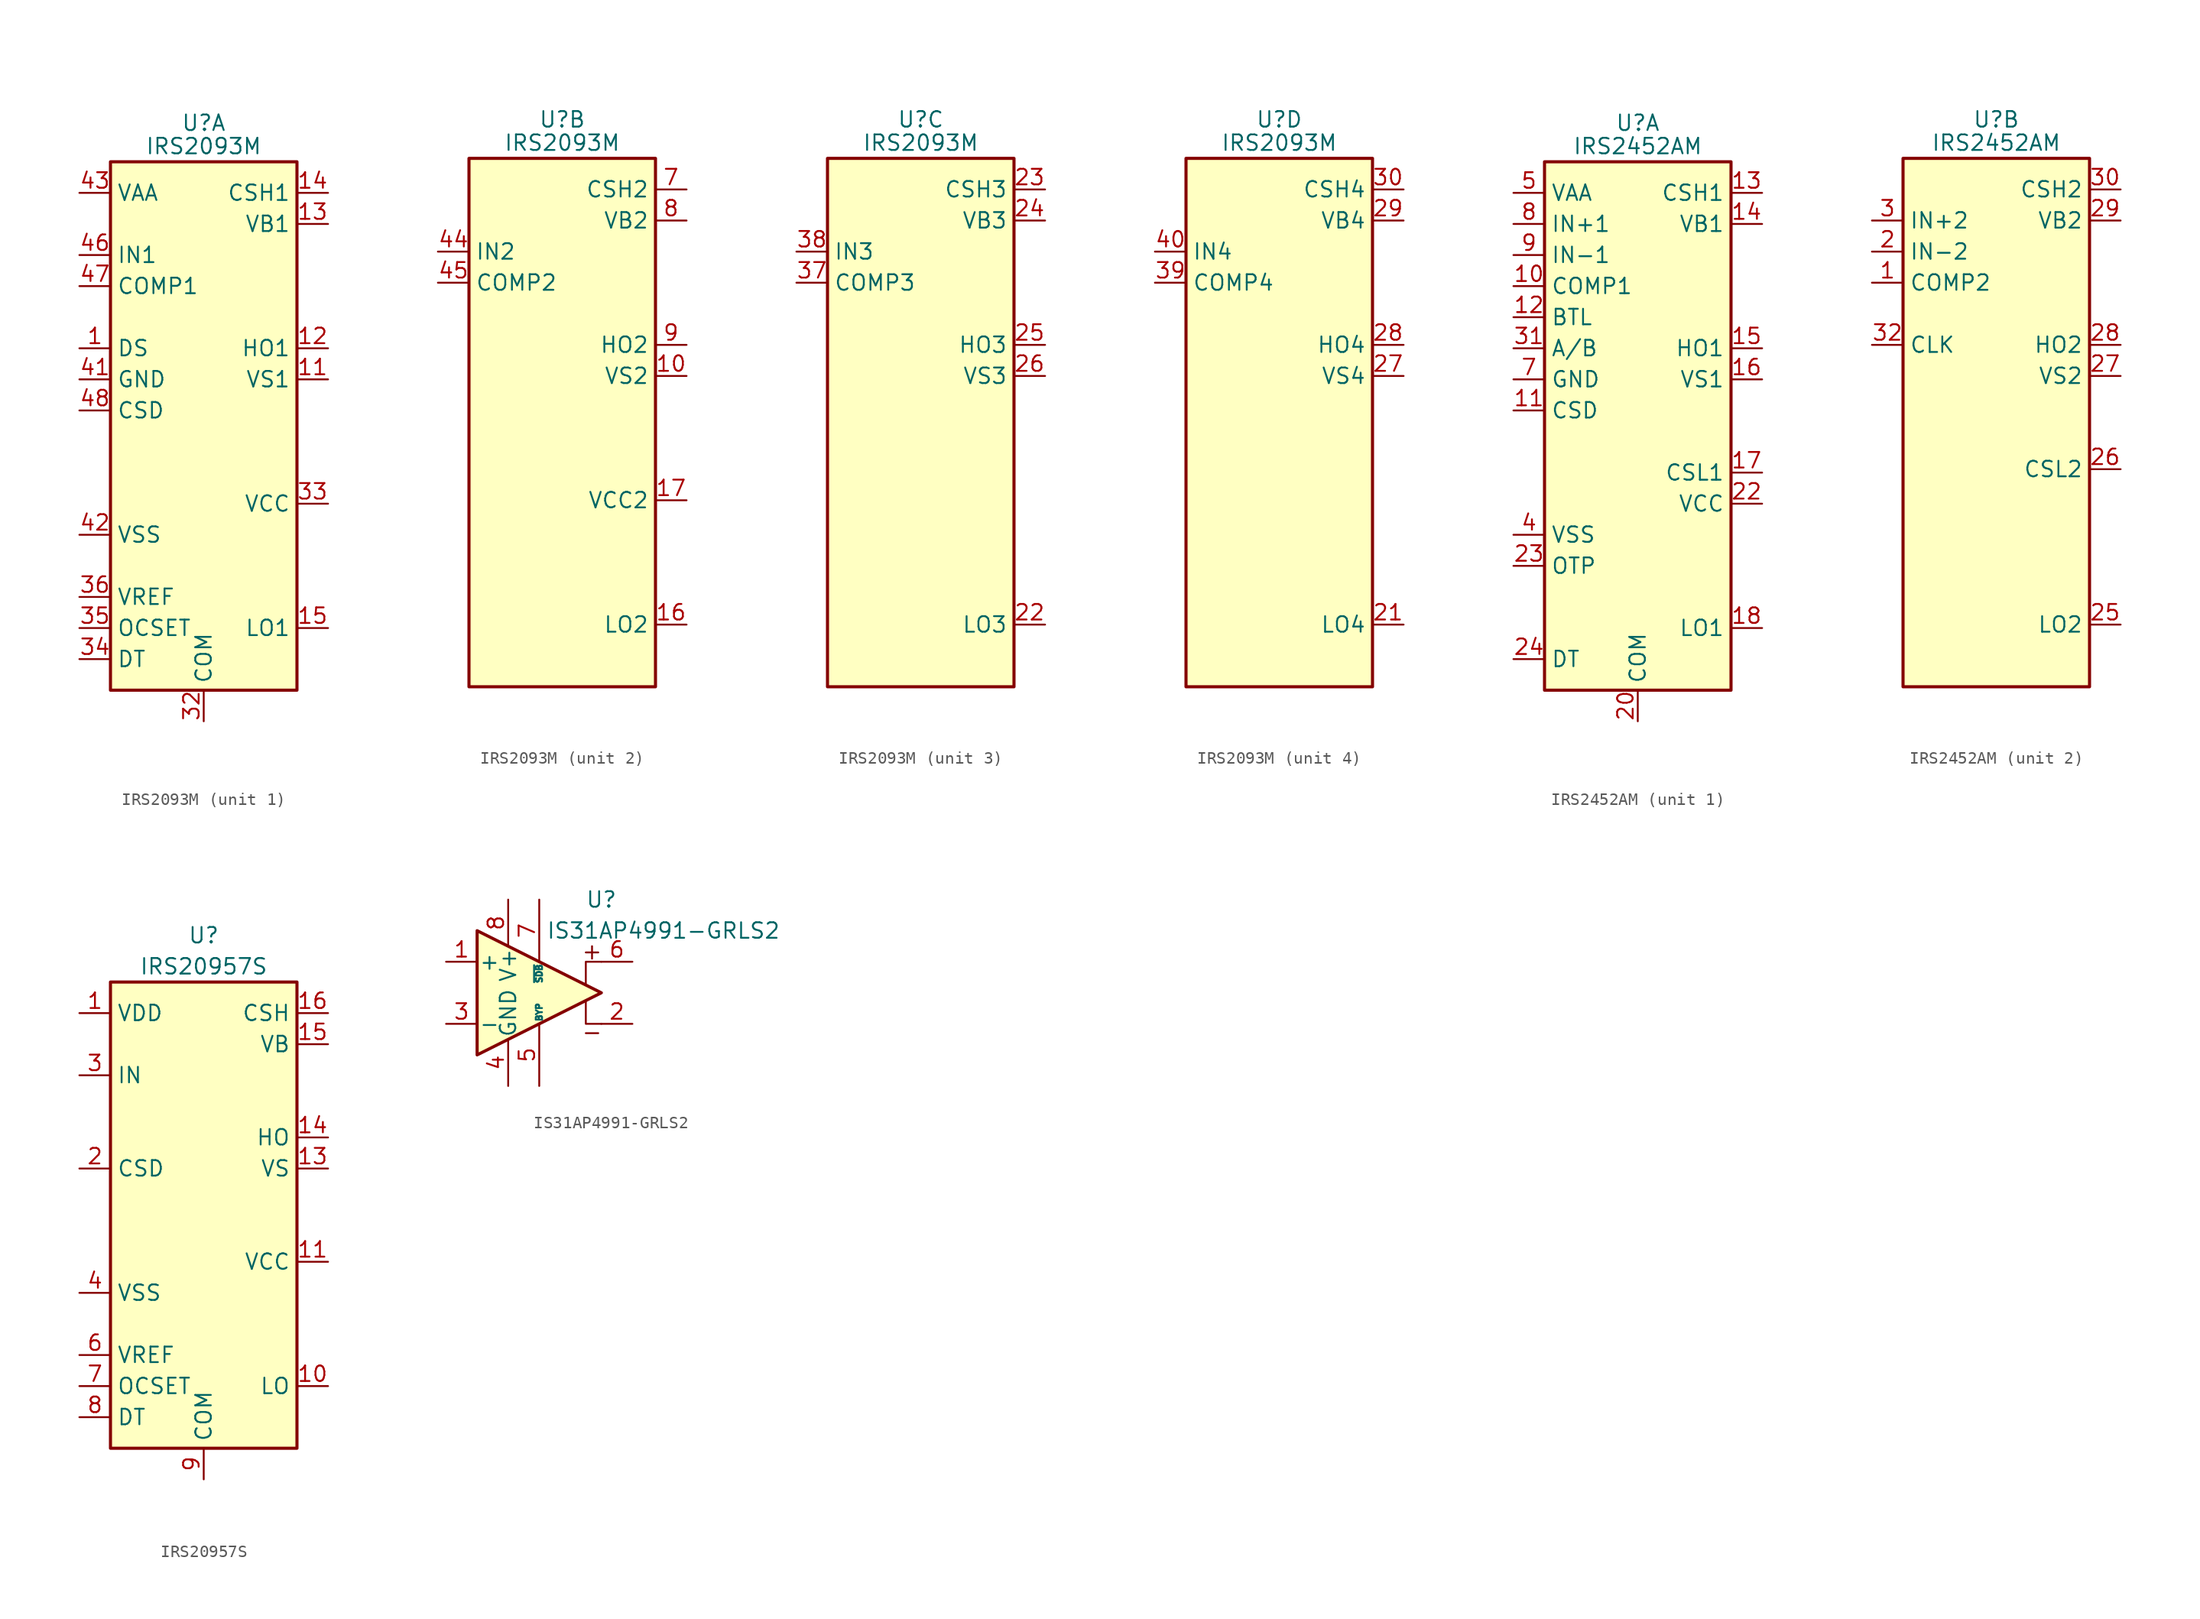
<source format=kicad_sym>
(kicad_symbol_lib
  (version 20241209)
  (generator "kicad_symbol_editor")
  (generator_version "9.0")
  (symbol "IRS2093M"
    (property "Reference" "U"
      (at 0 26.035 0)
      (effects (font (size 1.27 1.27))))
    (property "Value" "IRS2093M"
      (at 0 24.13 0)
      (effects (font (size 1.27 1.27))))
    (property "ki_locked" ""
      (at 0 0 0)
      (effects (font (size 1.27 1.27))))
    (symbol "IRS2093M_0_1"
      (rectangle (start -7.62 -20.32) (end 7.62 22.86) (stroke (width 0.254) (type solid)) (fill (type background))))
    (symbol "IRS2093M_1_1"
      (pin power_in line (at -10.16 20.32 0) (length 2.54) (name "VAA" (effects (font (size 1.27 1.27)))) (number "43" (effects (font (size 1.27 1.27)))))
      (pin input line (at -10.16 15.24 0) (length 2.54) (name "IN1" (effects (font (size 1.27 1.27)))) (number "46" (effects (font (size 1.27 1.27)))))
      (pin output line (at -10.16 12.7 0) (length 2.54) (name "COMP1" (effects (font (size 1.27 1.27)))) (number "47" (effects (font (size 1.27 1.27)))))
      (pin input line (at -10.16 7.62 0) (length 2.54) (name "DS" (effects (font (size 1.27 1.27)))) (number "1" (effects (font (size 1.27 1.27)))))
      (pin power_in line (at -10.16 5.08 0) (length 2.54) (name "GND" (effects (font (size 1.27 1.27)))) (number "41" (effects (font (size 1.27 1.27)))))
      (pin passive line (at -10.16 2.54 0) (length 2.54) (name "CSD" (effects (font (size 1.27 1.27)))) (number "48" (effects (font (size 1.27 1.27)))))
      (pin power_in line (at -10.16 -7.62 0) (length 2.54) (name "VSS" (effects (font (size 1.27 1.27)))) (number "42" (effects (font (size 1.27 1.27)))))
      (pin power_out line (at -10.16 -12.7 0) (length 2.54) (name "VREF" (effects (font (size 1.27 1.27)))) (number "36" (effects (font (size 1.27 1.27)))))
      (pin passive line (at -10.16 -15.24 0) (length 2.54) (name "OCSET" (effects (font (size 1.27 1.27)))) (number "35" (effects (font (size 1.27 1.27)))))
      (pin passive line (at -10.16 -17.78 0) (length 2.54) (name "DT" (effects (font (size 1.27 1.27)))) (number "34" (effects (font (size 1.27 1.27)))))
      (pin no_connect line (at -7.62 17.78 0) (length 2.54) (hide yes) (name "NC" (effects (font (size 1.27 1.27)))) (number "2" (effects (font (size 1.27 1.27)))))
      (pin no_connect line (at -7.62 10.16 0) (length 2.54) (hide yes) (name "NC" (effects (font (size 1.27 1.27)))) (number "3" (effects (font (size 1.27 1.27)))))
      (pin no_connect line (at -7.62 0 0) (length 2.54) (hide yes) (name "NC" (effects (font (size 1.27 1.27)))) (number "4" (effects (font (size 1.27 1.27)))))
      (pin no_connect line (at -7.62 -2.54 0) (length 2.54) (hide yes) (name "NC" (effects (font (size 1.27 1.27)))) (number "5" (effects (font (size 1.27 1.27)))))
      (pin no_connect line (at -7.62 -5.08 0) (length 2.54) (hide yes) (name "NC" (effects (font (size 1.27 1.27)))) (number "6" (effects (font (size 1.27 1.27)))))
      (pin passive line (at 0 -22.86 90) (length 2.54) (hide yes) (name "COM" (effects (font (size 1.27 1.27)))) (number "20" (effects (font (size 1.27 1.27)))))
      (pin power_in line (at 0 -22.86 90) (length 2.54) (name "COM" (effects (font (size 1.27 1.27)))) (number "32" (effects (font (size 1.27 1.27)))))
      (pin passive line (at 0 -22.86 90) (length 2.54) (hide yes) (name "COM" (effects (font (size 1.27 1.27)))) (number "49" (effects (font (size 1.27 1.27)))))
      (pin no_connect line (at 7.62 15.24 180) (length 2.54) (hide yes) (name "NC" (effects (font (size 1.27 1.27)))) (number "18" (effects (font (size 1.27 1.27)))))
      (pin no_connect line (at 7.62 12.7 180) (length 2.54) (hide yes) (name "NC" (effects (font (size 1.27 1.27)))) (number "19" (effects (font (size 1.27 1.27)))))
      (pin no_connect line (at 7.62 10.16 180) (length 2.54) (hide yes) (name "NC" (effects (font (size 1.27 1.27)))) (number "31" (effects (font (size 1.27 1.27)))))
      (pin passive line (at 10.16 20.32 180) (length 2.54) (name "CSH1" (effects (font (size 1.27 1.27)))) (number "14" (effects (font (size 1.27 1.27)))))
      (pin power_in line (at 10.16 17.78 180) (length 2.54) (name "VB1" (effects (font (size 1.27 1.27)))) (number "13" (effects (font (size 1.27 1.27)))))
      (pin output line (at 10.16 7.62 180) (length 2.54) (name "HO1" (effects (font (size 1.27 1.27)))) (number "12" (effects (font (size 1.27 1.27)))))
      (pin passive line (at 10.16 5.08 180) (length 2.54) (name "VS1" (effects (font (size 1.27 1.27)))) (number "11" (effects (font (size 1.27 1.27)))))
      (pin power_in line (at 10.16 -5.08 180) (length 2.54) (name "VCC" (effects (font (size 1.27 1.27)))) (number "33" (effects (font (size 1.27 1.27)))))
      (pin output line (at 10.16 -15.24 180) (length 2.54) (name "LO1" (effects (font (size 1.27 1.27)))) (number "15" (effects (font (size 1.27 1.27))))))
    (symbol "IRS2093M_2_1"
      (pin input line (at -10.16 15.24 0) (length 2.54) (name "IN2" (effects (font (size 1.27 1.27)))) (number "44" (effects (font (size 1.27 1.27)))))
      (pin output line (at -10.16 12.7 0) (length 2.54) (name "COMP2" (effects (font (size 1.27 1.27)))) (number "45" (effects (font (size 1.27 1.27)))))
      (pin passive line (at 10.16 20.32 180) (length 2.54) (name "CSH2" (effects (font (size 1.27 1.27)))) (number "7" (effects (font (size 1.27 1.27)))))
      (pin power_in line (at 10.16 17.78 180) (length 2.54) (name "VB2" (effects (font (size 1.27 1.27)))) (number "8" (effects (font (size 1.27 1.27)))))
      (pin output line (at 10.16 7.62 180) (length 2.54) (name "HO2" (effects (font (size 1.27 1.27)))) (number "9" (effects (font (size 1.27 1.27)))))
      (pin passive line (at 10.16 5.08 180) (length 2.54) (name "VS2" (effects (font (size 1.27 1.27)))) (number "10" (effects (font (size 1.27 1.27)))))
      (pin power_in line (at 10.16 -5.08 180) (length 2.54) (name "VCC2" (effects (font (size 1.27 1.27)))) (number "17" (effects (font (size 1.27 1.27)))))
      (pin output line (at 10.16 -15.24 180) (length 2.54) (name "LO2" (effects (font (size 1.27 1.27)))) (number "16" (effects (font (size 1.27 1.27))))))
    (symbol "IRS2093M_3_1"
      (pin input line (at -10.16 15.24 0) (length 2.54) (name "IN3" (effects (font (size 1.27 1.27)))) (number "38" (effects (font (size 1.27 1.27)))))
      (pin output line (at -10.16 12.7 0) (length 2.54) (name "COMP3" (effects (font (size 1.27 1.27)))) (number "37" (effects (font (size 1.27 1.27)))))
      (pin passive line (at 10.16 20.32 180) (length 2.54) (name "CSH3" (effects (font (size 1.27 1.27)))) (number "23" (effects (font (size 1.27 1.27)))))
      (pin power_in line (at 10.16 17.78 180) (length 2.54) (name "VB3" (effects (font (size 1.27 1.27)))) (number "24" (effects (font (size 1.27 1.27)))))
      (pin output line (at 10.16 7.62 180) (length 2.54) (name "HO3" (effects (font (size 1.27 1.27)))) (number "25" (effects (font (size 1.27 1.27)))))
      (pin passive line (at 10.16 5.08 180) (length 2.54) (name "VS3" (effects (font (size 1.27 1.27)))) (number "26" (effects (font (size 1.27 1.27)))))
      (pin output line (at 10.16 -15.24 180) (length 2.54) (name "LO3" (effects (font (size 1.27 1.27)))) (number "22" (effects (font (size 1.27 1.27))))))
    (symbol "IRS2093M_4_1"
      (pin input line (at -10.16 15.24 0) (length 2.54) (name "IN4" (effects (font (size 1.27 1.27)))) (number "40" (effects (font (size 1.27 1.27)))))
      (pin output line (at -10.16 12.7 0) (length 2.54) (name "COMP4" (effects (font (size 1.27 1.27)))) (number "39" (effects (font (size 1.27 1.27)))))
      (pin passive line (at 10.16 20.32 180) (length 2.54) (name "CSH4" (effects (font (size 1.27 1.27)))) (number "30" (effects (font (size 1.27 1.27)))))
      (pin power_in line (at 10.16 17.78 180) (length 2.54) (name "VB4" (effects (font (size 1.27 1.27)))) (number "29" (effects (font (size 1.27 1.27)))))
      (pin output line (at 10.16 7.62 180) (length 2.54) (name "HO4" (effects (font (size 1.27 1.27)))) (number "28" (effects (font (size 1.27 1.27)))))
      (pin passive line (at 10.16 5.08 180) (length 2.54) (name "VS4" (effects (font (size 1.27 1.27)))) (number "27" (effects (font (size 1.27 1.27)))))
      (pin output line (at 10.16 -15.24 180) (length 2.54) (name "LO4" (effects (font (size 1.27 1.27)))) (number "21" (effects (font (size 1.27 1.27)))))))
  (symbol "IRS2452AM"
    (property "Reference" "U"
      (at 0 26.035 0)
      (effects (font (size 1.27 1.27))))
    (property "Value" "IRS2452AM"
      (at 0 24.13 0)
      (effects (font (size 1.27 1.27))))
    (property "ki_locked" ""
      (at 0 0 0)
      (effects (font (size 1.27 1.27))))
    (symbol "IRS2452AM_0_1"
      (rectangle (start -7.62 -20.32) (end 7.62 22.86) (stroke (width 0.254) (type solid)) (fill (type background))))
    (symbol "IRS2452AM_1_1"
      (pin power_in line (at -10.16 20.32 0) (length 2.54) (name "VAA" (effects (font (size 1.27 1.27)))) (number "5" (effects (font (size 1.27 1.27)))))
      (pin input line (at -10.16 17.78 0) (length 2.54) (name "IN+1" (effects (font (size 1.27 1.27)))) (number "8" (effects (font (size 1.27 1.27)))))
      (pin input line (at -10.16 15.24 0) (length 2.54) (name "IN-1" (effects (font (size 1.27 1.27)))) (number "9" (effects (font (size 1.27 1.27)))))
      (pin output line (at -10.16 12.7 0) (length 2.54) (name "COMP1" (effects (font (size 1.27 1.27)))) (number "10" (effects (font (size 1.27 1.27)))))
      (pin input line (at -10.16 10.16 0) (length 2.54) (name "BTL" (effects (font (size 1.27 1.27)))) (number "12" (effects (font (size 1.27 1.27)))))
      (pin input line (at -10.16 7.62 0) (length 2.54) (name "A/B" (effects (font (size 1.27 1.27)))) (number "31" (effects (font (size 1.27 1.27)))))
      (pin power_in line (at -10.16 5.08 0) (length 2.54) (name "GND" (effects (font (size 1.27 1.27)))) (number "7" (effects (font (size 1.27 1.27)))))
      (pin passive line (at -10.16 2.54 0) (length 2.54) (name "CSD" (effects (font (size 1.27 1.27)))) (number "11" (effects (font (size 1.27 1.27)))))
      (pin power_in line (at -10.16 -7.62 0) (length 2.54) (name "VSS" (effects (font (size 1.27 1.27)))) (number "4" (effects (font (size 1.27 1.27)))))
      (pin passive line (at -10.16 -10.16 0) (length 2.54) (name "OTP" (effects (font (size 1.27 1.27)))) (number "23" (effects (font (size 1.27 1.27)))))
      (pin passive line (at -10.16 -17.78 0) (length 2.54) (name "DT" (effects (font (size 1.27 1.27)))) (number "24" (effects (font (size 1.27 1.27)))))
      (pin no_connect line (at -7.62 0 0) (length 2.54) (hide yes) (name "NC" (effects (font (size 1.27 1.27)))) (number "6" (effects (font (size 1.27 1.27)))))
      (pin no_connect line (at -7.62 -2.54 0) (length 2.54) (hide yes) (name "NC" (effects (font (size 1.27 1.27)))) (number "19" (effects (font (size 1.27 1.27)))))
      (pin no_connect line (at -7.62 -5.08 0) (length 2.54) (hide yes) (name "NC" (effects (font (size 1.27 1.27)))) (number "21" (effects (font (size 1.27 1.27)))))
      (pin power_in line (at 0 -22.86 90) (length 2.54) (name "COM" (effects (font (size 1.27 1.27)))) (number "20" (effects (font (size 1.27 1.27)))))
      (pin passive line (at 0 -22.86 90) (length 2.54) (hide yes) (name "COM" (effects (font (size 1.27 1.27)))) (number "33" (effects (font (size 1.27 1.27)))))
      (pin passive line (at 10.16 20.32 180) (length 2.54) (name "CSH1" (effects (font (size 1.27 1.27)))) (number "13" (effects (font (size 1.27 1.27)))))
      (pin power_in line (at 10.16 17.78 180) (length 2.54) (name "VB1" (effects (font (size 1.27 1.27)))) (number "14" (effects (font (size 1.27 1.27)))))
      (pin output line (at 10.16 7.62 180) (length 2.54) (name "HO1" (effects (font (size 1.27 1.27)))) (number "15" (effects (font (size 1.27 1.27)))))
      (pin passive line (at 10.16 5.08 180) (length 2.54) (name "VS1" (effects (font (size 1.27 1.27)))) (number "16" (effects (font (size 1.27 1.27)))))
      (pin passive line (at 10.16 -2.54 180) (length 2.54) (name "CSL1" (effects (font (size 1.27 1.27)))) (number "17" (effects (font (size 1.27 1.27)))))
      (pin power_in line (at 10.16 -5.08 180) (length 2.54) (name "VCC" (effects (font (size 1.27 1.27)))) (number "22" (effects (font (size 1.27 1.27)))))
      (pin output line (at 10.16 -15.24 180) (length 2.54) (name "LO1" (effects (font (size 1.27 1.27)))) (number "18" (effects (font (size 1.27 1.27))))))
    (symbol "IRS2452AM_2_1"
      (pin input line (at -10.16 17.78 0) (length 2.54) (name "IN+2" (effects (font (size 1.27 1.27)))) (number "3" (effects (font (size 1.27 1.27)))))
      (pin input line (at -10.16 15.24 0) (length 2.54) (name "IN-2" (effects (font (size 1.27 1.27)))) (number "2" (effects (font (size 1.27 1.27)))))
      (pin output line (at -10.16 12.7 0) (length 2.54) (name "COMP2" (effects (font (size 1.27 1.27)))) (number "1" (effects (font (size 1.27 1.27)))))
      (pin input line (at -10.16 7.62 0) (length 2.54) (name "CLK" (effects (font (size 1.27 1.27)))) (number "32" (effects (font (size 1.27 1.27)))))
      (pin passive line (at 10.16 20.32 180) (length 2.54) (name "CSH2" (effects (font (size 1.27 1.27)))) (number "30" (effects (font (size 1.27 1.27)))))
      (pin power_in line (at 10.16 17.78 180) (length 2.54) (name "VB2" (effects (font (size 1.27 1.27)))) (number "29" (effects (font (size 1.27 1.27)))))
      (pin output line (at 10.16 7.62 180) (length 2.54) (name "HO2" (effects (font (size 1.27 1.27)))) (number "28" (effects (font (size 1.27 1.27)))))
      (pin passive line (at 10.16 5.08 180) (length 2.54) (name "VS2" (effects (font (size 1.27 1.27)))) (number "27" (effects (font (size 1.27 1.27)))))
      (pin passive line (at 10.16 -2.54 180) (length 2.54) (name "CSL2" (effects (font (size 1.27 1.27)))) (number "26" (effects (font (size 1.27 1.27)))))
      (pin output line (at 10.16 -15.24 180) (length 2.54) (name "LO2" (effects (font (size 1.27 1.27)))) (number "25" (effects (font (size 1.27 1.27)))))))
  (symbol "IRS20957S"
    (property "Reference" "U"
      (at 0 24.13 0)
      (effects (font (size 1.27 1.27))))
    (property "Value" "IRS20957S"
      (at 0 21.59 0)
      (effects (font (size 1.27 1.27))))
    (symbol "IRS20957S_0_1"
      (rectangle (start -7.62 -17.78) (end 7.62 20.32) (stroke (width 0.254) (type solid)) (fill (type background))))
    (symbol "IRS20957S_1_1"
      (pin power_in line (at -10.16 17.78 0) (length 2.54) (name "VDD" (effects (font (size 1.27 1.27)))) (number "1" (effects (font (size 1.27 1.27)))))
      (pin input line (at -10.16 12.7 0) (length 2.54) (name "IN" (effects (font (size 1.27 1.27)))) (number "3" (effects (font (size 1.27 1.27)))))
      (pin passive line (at -10.16 5.08 0) (length 2.54) (name "CSD" (effects (font (size 1.27 1.27)))) (number "2" (effects (font (size 1.27 1.27)))))
      (pin power_in line (at -10.16 -5.08 0) (length 2.54) (name "VSS" (effects (font (size 1.27 1.27)))) (number "4" (effects (font (size 1.27 1.27)))))
      (pin power_out line (at -10.16 -10.16 0) (length 2.54) (name "VREF" (effects (font (size 1.27 1.27)))) (number "6" (effects (font (size 1.27 1.27)))))
      (pin passive line (at -10.16 -12.7 0) (length 2.54) (name "OCSET" (effects (font (size 1.27 1.27)))) (number "7" (effects (font (size 1.27 1.27)))))
      (pin passive line (at -10.16 -15.24 0) (length 2.54) (name "DT" (effects (font (size 1.27 1.27)))) (number "8" (effects (font (size 1.27 1.27)))))
      (pin no_connect line (at -7.62 0 0) (length 2.54) (hide yes) (name "NC" (effects (font (size 1.27 1.27)))) (number "5" (effects (font (size 1.27 1.27)))))
      (pin power_in line (at 0 -20.32 90) (length 2.54) (name "COM" (effects (font (size 1.27 1.27)))) (number "9" (effects (font (size 1.27 1.27)))))
      (pin no_connect line (at 7.62 0 180) (length 2.54) (hide yes) (name "NC" (effects (font (size 1.27 1.27)))) (number "12" (effects (font (size 1.27 1.27)))))
      (pin passive line (at 10.16 17.78 180) (length 2.54) (name "CSH" (effects (font (size 1.27 1.27)))) (number "16" (effects (font (size 1.27 1.27)))))
      (pin power_in line (at 10.16 15.24 180) (length 2.54) (name "VB" (effects (font (size 1.27 1.27)))) (number "15" (effects (font (size 1.27 1.27)))))
      (pin output line (at 10.16 7.62 180) (length 2.54) (name "HO" (effects (font (size 1.27 1.27)))) (number "14" (effects (font (size 1.27 1.27)))))
      (pin passive line (at 10.16 5.08 180) (length 2.54) (name "VS" (effects (font (size 1.27 1.27)))) (number "13" (effects (font (size 1.27 1.27)))))
      (pin power_in line (at 10.16 -2.54 180) (length 2.54) (name "VCC" (effects (font (size 1.27 1.27)))) (number "11" (effects (font (size 1.27 1.27)))))
      (pin output line (at 10.16 -12.7 180) (length 2.54) (name "LO" (effects (font (size 1.27 1.27)))) (number "10" (effects (font (size 1.27 1.27)))))))
  (symbol "IS31AP4991-GRLS2"
    (pin_names
      (offset 0.127))
    (property "Reference" "U"
      (at 5.08 7.62 0)
      (effects (font (size 1.27 1.27))))
    (property "Value" "IS31AP4991-GRLS2"
      (at 10.16 5.08 0)
      (effects (font (size 1.27 1.27))))
    (symbol "IS31AP4991-GRLS2_0_1"
      (polyline (pts (xy 3.81 -3.302) (xy 4.826 -3.302)) (stroke (width 0) (type solid)) (fill (type none)))
      (polyline (pts (xy 4.318 3.81) (xy 4.318 2.794)) (stroke (width 0) (type solid)) (fill (type none)))
      (polyline (pts (xy 4.826 3.302) (xy 3.81 3.302)) (stroke (width 0) (type solid)) (fill (type none))))
    (symbol "IS31AP4991-GRLS2_1_1"
      (polyline (pts (xy -5.08 5.08) (xy 5.08 0) (xy -5.08 -5.08) (xy -5.08 5.08)) (stroke (width 0.254) (type solid)) (fill (type background)))
      (polyline (pts (xy 3.81 -0.635) (xy 3.81 -2.54) (xy 5.08 -2.54)) (stroke (width 0) (type solid)) (fill (type none)))
      (polyline (pts (xy 5.08 2.54) (xy 3.81 2.54) (xy 3.81 0.635)) (stroke (width 0) (type solid)) (fill (type none)))
      (pin input line (at -7.62 2.54 0) (length 2.54) (name "+" (effects (font (size 1.27 1.27)))) (number "1" (effects (font (size 1.27 1.27)))))
      (pin input line (at -7.62 -2.54 0) (length 2.54) (name "-" (effects (font (size 1.27 1.27)))) (number "3" (effects (font (size 1.27 1.27)))))
      (pin power_in line (at -2.54 7.62 270) (length 3.81) (name "V+" (effects (font (size 1.27 1.27)))) (number "8" (effects (font (size 1.27 1.27)))))
      (pin power_in line (at -2.54 -7.62 90) (length 3.81) (name "GND" (effects (font (size 1.27 1.27)))) (number "4" (effects (font (size 1.27 1.27)))))
      (pin input line (at 0 7.62 270) (length 5.08) (name "~{SDB}" (effects (font (size 0.508 0.508)))) (number "7" (effects (font (size 1.27 1.27)))))
      (pin passive line (at 0 -7.62 90) (length 5.08) (name "BYP" (effects (font (size 0.508 0.508)))) (number "5" (effects (font (size 1.27 1.27)))))
      (pin output line (at 7.62 2.54 180) (length 2.54) (name "~" (effects (font (size 1.27 1.27)))) (number "6" (effects (font (size 1.27 1.27)))))
      (pin output line (at 7.62 -2.54 180) (length 2.54) (name "~" (effects (font (size 1.27 1.27)))) (number "2" (effects (font (size 1.27 1.27))))))))
</source>
